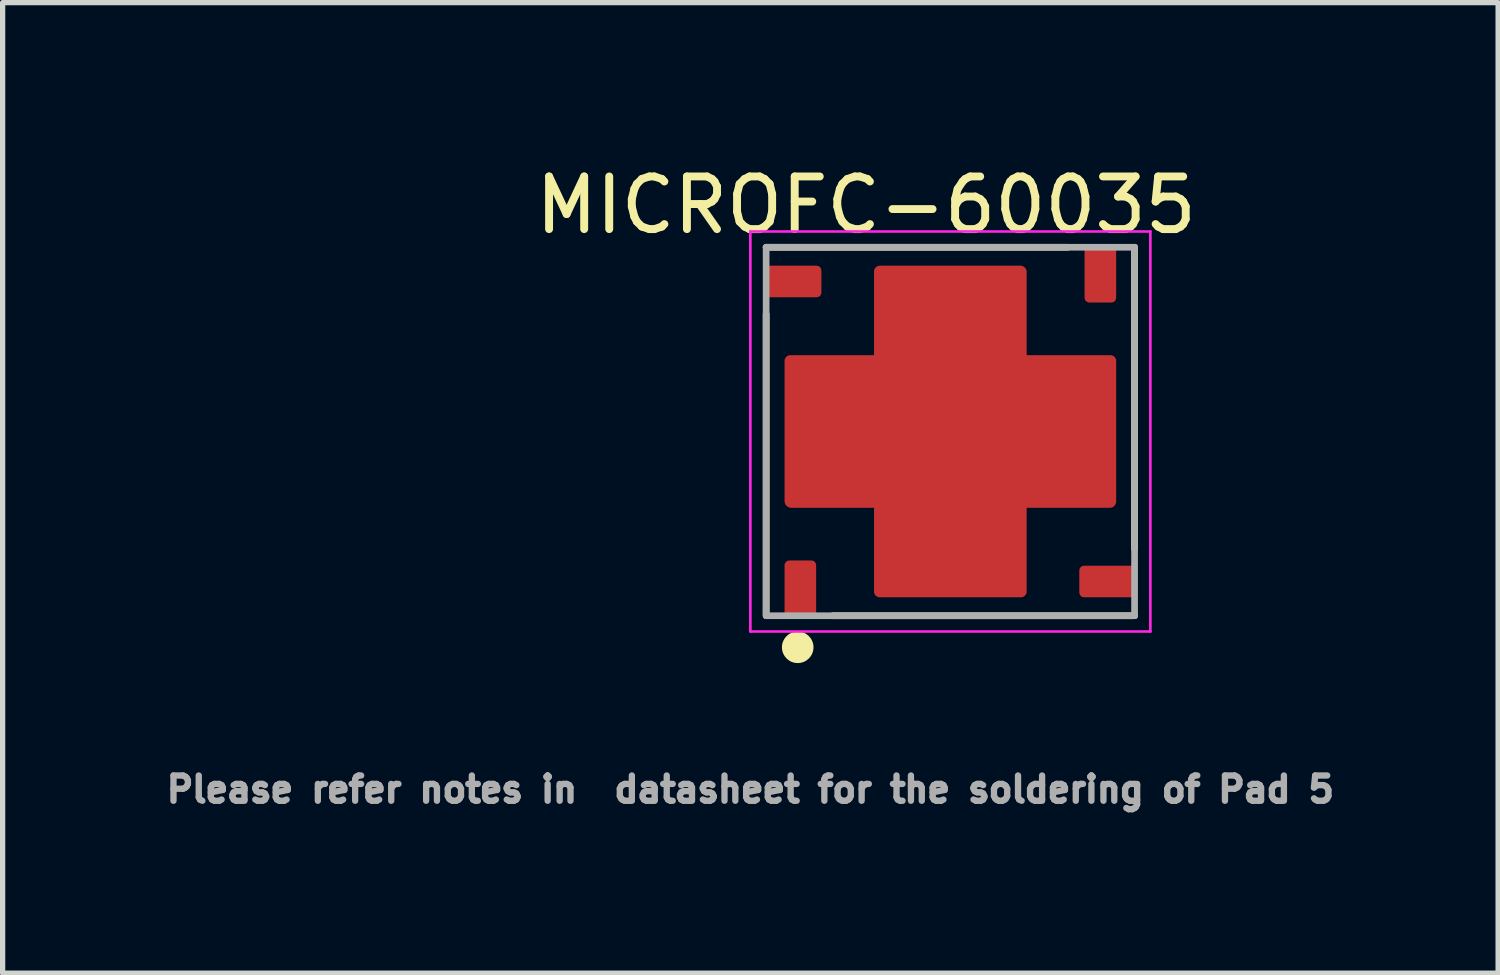
<source format=kicad_pcb>
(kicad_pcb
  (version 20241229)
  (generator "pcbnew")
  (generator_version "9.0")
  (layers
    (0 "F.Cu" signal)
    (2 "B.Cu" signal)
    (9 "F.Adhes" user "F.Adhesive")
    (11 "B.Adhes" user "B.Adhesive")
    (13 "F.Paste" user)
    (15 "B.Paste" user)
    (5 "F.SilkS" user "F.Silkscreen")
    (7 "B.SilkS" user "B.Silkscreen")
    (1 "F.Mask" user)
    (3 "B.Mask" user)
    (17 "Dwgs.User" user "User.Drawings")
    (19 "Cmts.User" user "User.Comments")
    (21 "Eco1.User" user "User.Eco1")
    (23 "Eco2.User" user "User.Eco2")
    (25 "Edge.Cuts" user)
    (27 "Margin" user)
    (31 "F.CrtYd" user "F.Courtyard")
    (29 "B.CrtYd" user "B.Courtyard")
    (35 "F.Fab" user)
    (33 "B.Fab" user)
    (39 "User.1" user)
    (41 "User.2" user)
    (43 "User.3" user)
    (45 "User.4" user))
  (footprint "MICROFC-60035"
    (layer "F.Cu")
    (at 15.006 5.148)
    (property "Reference" "MICROFC-60035" (at -1.6 -4.3 0) (layer "F.SilkS") (effects (font (size 1 1) (thickness 0.15))))
    (attr through_hole)
    (fp_poly (pts (xy -1.55 -1.55) (xy -1.55 -3.04) (xy -1.55 -3.051) (xy -1.549 -3.062) (xy -1.547 -3.073) (xy -1.545 -3.084) (xy -1.543 -3.094) (xy -1.54 -3.105) (xy -1.536 -3.115) (xy -1.532 -3.125) (xy -1.527 -3.135) (xy -1.522 -3.145) (xy -1.516 -3.154) (xy -1.51 -3.163) (xy -1.503 -3.172) (xy -1.496 -3.181) (xy -1.488 -3.188) (xy -1.481 -3.196) (xy -1.472 -3.203) (xy -1.463 -3.21) (xy -1.454 -3.216) (xy -1.445 -3.222) (xy -1.435 -3.227) (xy -1.425 -3.232) (xy -1.415 -3.236) (xy -1.405 -3.24) (xy -1.394 -3.243) (xy -1.384 -3.245) (xy -1.373 -3.247) (xy -1.362 -3.249) (xy -1.351 -3.25) (xy -1.34 -3.25) (xy -1.32 -3.25) (xy 1.33 -3.25) (xy 1.342 -3.25) (xy 1.353 -3.249) (xy 1.364 -3.247) (xy 1.376 -3.245) (xy 1.387 -3.243) (xy 1.398 -3.239) (xy 1.409 -3.235) (xy 1.419 -3.231) (xy 1.43 -3.226) (xy 1.44 -3.221) (xy 1.45 -3.215) (xy 1.459 -3.208) (xy 1.468 -3.201) (xy 1.477 -3.193) (xy 1.486 -3.186) (xy 1.493 -3.177) (xy 1.501 -3.168) (xy 1.508 -3.159) (xy 1.515 -3.15) (xy 1.521 -3.14) (xy 1.526 -3.13) (xy 1.531 -3.119) (xy 1.535 -3.109) (xy 1.539 -3.098) (xy 1.543 -3.087) (xy 1.545 -3.076) (xy 1.547 -3.064) (xy 1.549 -3.053) (xy 1.55 -3.042) (xy 1.55 -3.03) (xy 1.55 -1.55) (xy 3.04 -1.55) (xy 3.051 -1.55) (xy 3.062 -1.549) (xy 3.073 -1.547) (xy 3.084 -1.545) (xy 3.094 -1.543) (xy 3.105 -1.54) (xy 3.115 -1.536) (xy 3.125 -1.532) (xy 3.135 -1.527) (xy 3.145 -1.522) (xy 3.154 -1.516) (xy 3.163 -1.51) (xy 3.172 -1.503) (xy 3.181 -1.496) (xy 3.188 -1.488) (xy 3.196 -1.481) (xy 3.203 -1.472) (xy 3.21 -1.463) (xy 3.216 -1.454) (xy 3.222 -1.445) (xy 3.227 -1.435) (xy 3.232 -1.425) (xy 3.236 -1.415) (xy 3.24 -1.405) (xy 3.243 -1.394) (xy 3.245 -1.384) (xy 3.247 -1.373) (xy 3.249 -1.362) (xy 3.25 -1.351) (xy 3.25 -1.34) (xy 3.25 -1.31) (xy 3.25 1.3) (xy 3.25 1.33) (xy 3.25 1.342) (xy 3.249 1.353) (xy 3.247 1.364) (xy 3.245 1.376) (xy 3.243 1.387) (xy 3.239 1.398) (xy 3.235 1.409) (xy 3.231 1.419) (xy 3.226 1.43) (xy 3.221 1.44) (xy 3.215 1.45) (xy 3.208 1.459) (xy 3.201 1.468) (xy 3.193 1.477) (xy 3.186 1.486) (xy 3.177 1.493) (xy 3.168 1.501) (xy 3.159 1.508) (xy 3.15 1.515) (xy 3.14 1.521) (xy 3.13 1.526) (xy 3.119 1.531) (xy 3.109 1.535) (xy 3.098 1.539) (xy 3.087 1.543) (xy 3.076 1.545) (xy 3.064 1.547) (xy 3.053 1.549) (xy 3.042 1.55) (xy 3.03 1.55) (xy 1.55 1.55) (xy 1.55 3.04) (xy 1.55 3.051) (xy 1.549 3.062) (xy 1.547 3.073) (xy 1.545 3.084) (xy 1.543 3.094) (xy 1.54 3.105) (xy 1.536 3.115) (xy 1.532 3.125) (xy 1.527 3.135) (xy 1.522 3.145) (xy 1.516 3.154) (xy 1.51 3.163) (xy 1.503 3.172) (xy 1.496 3.181) (xy 1.488 3.188) (xy 1.481 3.196) (xy 1.472 3.203) (xy 1.463 3.21) (xy 1.454 3.216) (xy 1.445 3.222) (xy 1.435 3.227) (xy 1.425 3.232) (xy 1.415 3.236) (xy 1.405 3.24) (xy 1.394 3.243) (xy 1.384 3.245) (xy 1.373 3.247) (xy 1.362 3.249) (xy 1.351 3.25) (xy 1.34 3.25) (xy 1.31 3.25) (xy -1.32 3.25) (xy -1.34 3.25) (xy -1.351 3.25) (xy -1.362 3.249) (xy -1.373 3.247) (xy -1.384 3.245) (xy -1.394 3.243) (xy -1.405 3.24) (xy -1.415 3.236) (xy -1.425 3.232) (xy -1.435 3.227) (xy -1.445 3.222) (xy -1.454 3.216) (xy -1.463 3.21) (xy -1.472 3.203) (xy -1.481 3.196) (xy -1.488 3.188) (xy -1.496 3.181) (xy -1.503 3.172) (xy -1.51 3.163) (xy -1.516 3.154) (xy -1.522 3.145) (xy -1.527 3.135) (xy -1.532 3.125) (xy -1.536 3.115) (xy -1.54 3.105) (xy -1.543 3.094) (xy -1.545 3.084) (xy -1.547 3.073) (xy -1.549 3.062) (xy -1.55 3.051) (xy -1.55 3.04) (xy -1.55 1.55) (xy -3.02 1.55) (xy -3.032 1.55) (xy -3.044 1.549) (xy -3.056 1.547) (xy -3.068 1.545) (xy -3.08 1.542) (xy -3.091 1.539) (xy -3.102 1.535) (xy -3.114 1.53) (xy -3.124 1.525) (xy -3.135 1.519) (xy -3.145 1.513) (xy -3.155 1.506) (xy -3.165 1.499) (xy -3.174 1.491) (xy -3.183 1.483) (xy -3.191 1.474) (xy -3.199 1.465) (xy -3.206 1.455) (xy -3.213 1.445) (xy -3.219 1.435) (xy -3.225 1.424) (xy -3.23 1.414) (xy -3.235 1.402) (xy -3.239 1.391) (xy -3.242 1.38) (xy -3.245 1.368) (xy -3.247 1.356) (xy -3.249 1.344) (xy -3.25 1.332) (xy -3.25 1.32) (xy -3.25 -1.32) (xy -3.25 -1.34) (xy -3.25 -1.351) (xy -3.249 -1.362) (xy -3.247 -1.373) (xy -3.245 -1.384) (xy -3.243 -1.394) (xy -3.24 -1.405) (xy -3.236 -1.415) (xy -3.232 -1.425) (xy -3.227 -1.435) (xy -3.222 -1.445) (xy -3.216 -1.454) (xy -3.21 -1.463) (xy -3.203 -1.472) (xy -3.196 -1.481) (xy -3.188 -1.488) (xy -3.181 -1.496) (xy -3.172 -1.503) (xy -3.163 -1.51) (xy -3.154 -1.516) (xy -3.145 -1.522) (xy -3.135 -1.527) (xy -3.125 -1.532) (xy -3.115 -1.536) (xy -3.105 -1.54) (xy -3.094 -1.543) (xy -3.084 -1.545) (xy -3.073 -1.547) (xy -3.062 -1.549) (xy -3.051 -1.55) (xy -3.04 -1.55) (xy -1.55 -1.55)) (stroke (width 0.0001) (type solid)) (fill yes) (layer "F.Mask"))
    (fp_line (start -3.5 -3.5) (end 2.23 -3.5) (stroke (width 0.127) (type solid)) (layer "F.SilkS"))
    (fp_line (start -3.5 -2.23) (end -3.5 3.5) (stroke (width 0.127) (type solid)) (layer "F.SilkS"))
    (fp_line (start -2.23 3.5) (end 3.5 3.5) (stroke (width 0.127) (type solid)) (layer "F.SilkS"))
    (fp_line (start 3.5 -3.5) (end 3.5 2.23) (stroke (width 0.127) (type solid)) (layer "F.SilkS"))
    (fp_circle (center -2.9 4.1) (end -2.7 4.1) (stroke (width 0.2) (type solid)) (fill yes) (layer "F.SilkS"))
    (fp_line (start -3.8 -3.8) (end 3.8 -3.8) (stroke (width 0.05) (type solid)) (layer "F.CrtYd"))
    (fp_line (start -3.8 3.8) (end -3.8 -3.8) (stroke (width 0.05) (type solid)) (layer "F.CrtYd"))
    (fp_line (start 3.8 -3.8) (end 3.8 3.8) (stroke (width 0.05) (type solid)) (layer "F.CrtYd"))
    (fp_line (start 3.8 3.8) (end -3.8 3.8) (stroke (width 0.05) (type solid)) (layer "F.CrtYd"))
    (fp_line (start -3.5 -3.5) (end 3.5 -3.5) (stroke (width 0.127) (type solid)) (layer "F.Fab"))
    (fp_line (start -3.5 3.5) (end -3.5 -3.5) (stroke (width 0.127) (type solid)) (layer "F.Fab"))
    (fp_line (start 3.5 -3.5) (end 3.5 3.5) (stroke (width 0.127) (type solid)) (layer "F.Fab"))
    (fp_line (start 3.5 3.5) (end -3.5 3.5) (stroke (width 0.127) (type solid)) (layer "F.Fab"))
    (fp_text user "Please refer notes in  datasheet for the soldering of Pad 5" (at -3.8 6.8 0) (layer "F.Fab") (effects (font (size 0.48 0.48) (thickness 0.15))))
    (pad "1" smd roundrect (at -2.85 3 90) (size 1.1 0.6) (layers "F.Cu" "F.Mask" "F.Paste") (roundrect_rratio 0.15))
    (pad "2" smd roundrect (at 3 2.85 180) (size 1.1 0.6) (layers "F.Cu" "F.Mask" "F.Paste") (roundrect_rratio 0.15))
    (pad "3" smd roundrect (at 2.85 -3 270) (size 1.1 0.6) (layers "F.Cu" "F.Mask" "F.Paste") (roundrect_rratio 0.15))
    (pad "4" smd roundrect (at -3 -2.85) (size 1.1 0.6) (layers "F.Cu" "F.Mask" "F.Paste") (roundrect_rratio 0.15))
    (pad "5" smd custom (at 0 0) (size 2.9 2.9) (layers "F.Cu") (options (anchor rect)) (primitives (gr_poly (pts (xy -1.45 -1.45) (xy -1.45 -3.04) (xy -1.45 -3.046) (xy -1.449 -3.051) (xy -1.449 -3.057) (xy -1.448 -3.063) (xy -1.446 -3.068) (xy -1.445 -3.074) (xy -1.443 -3.079) (xy -1.44 -3.085) (xy -1.438 -3.09) (xy -1.435 -3.095) (xy -1.432 -3.1) (xy -1.429 -3.105) (xy -1.425 -3.109) (xy -1.422 -3.114) (xy -1.418 -3.118) (xy -1.414 -3.122) (xy -1.409 -3.125) (xy -1.405 -3.129) (xy -1.4 -3.132) (xy -1.395 -3.135) (xy -1.39 -3.138) (xy -1.385 -3.14) (xy -1.379 -3.143) (xy -1.374 -3.145) (xy -1.368 -3.146) (xy -1.363 -3.148) (xy -1.357 -3.149) (xy -1.351 -3.149) (xy -1.346 -3.15) (xy -1.34 -3.15) (xy -1.32 -3.15) (xy 1.33 -3.15) (xy 1.336 -3.15) (xy 1.343 -3.149) (xy 1.349 -3.149) (xy 1.355 -3.147) (xy 1.361 -3.146) (xy 1.367 -3.144) (xy 1.373 -3.142) (xy 1.379 -3.14) (xy 1.384 -3.137) (xy 1.39 -3.134) (xy 1.395 -3.131) (xy 1.401 -3.127) (xy 1.406 -3.123) (xy 1.41 -3.119) (xy 1.415 -3.115) (xy 1.419 -3.11) (xy 1.423 -3.106) (xy 1.427 -3.101) (xy 1.431 -3.095) (xy 1.434 -3.09) (xy 1.437 -3.084) (xy 1.44 -3.079) (xy 1.442 -3.073) (xy 1.444 -3.067) (xy 1.446 -3.061) (xy 1.447 -3.055) (xy 1.449 -3.049) (xy 1.449 -3.043) (xy 1.45 -3.036) (xy 1.45 -3.03) (xy 1.45 -1.45) (xy 3.04 -1.45) (xy 3.046 -1.45) (xy 3.051 -1.449) (xy 3.057 -1.449) (xy 3.063 -1.448) (xy 3.068 -1.446) (xy 3.074 -1.445) (xy 3.079 -1.443) (xy 3.085 -1.44) (xy 3.09 -1.438) (xy 3.095 -1.435) (xy 3.1 -1.432) (xy 3.105 -1.429) (xy 3.109 -1.425) (xy 3.114 -1.422) (xy 3.118 -1.418) (xy 3.122 -1.414) (xy 3.125 -1.409) (xy 3.129 -1.405) (xy 3.132 -1.4) (xy 3.135 -1.395) (xy 3.138 -1.39) (xy 3.14 -1.385) (xy 3.143 -1.379) (xy 3.145 -1.374) (xy 3.146 -1.368) (xy 3.148 -1.363) (xy 3.149 -1.357) (xy 3.149 -1.351) (xy 3.15 -1.346) (xy 3.15 -1.34) (xy 3.15 -1.31) (xy 3.15 1.3) (xy 3.15 1.33) (xy 3.15 1.336) (xy 3.149 1.343) (xy 3.149 1.349) (xy 3.147 1.355) (xy 3.146 1.361) (xy 3.144 1.367) (xy 3.142 1.373) (xy 3.14 1.379) (xy 3.137 1.384) (xy 3.134 1.39) (xy 3.131 1.395) (xy 3.127 1.401) (xy 3.123 1.406) (xy 3.119 1.41) (xy 3.115 1.415) (xy 3.11 1.419) (xy 3.106 1.423) (xy 3.101 1.427) (xy 3.095 1.431) (xy 3.09 1.434) (xy 3.084 1.437) (xy 3.079 1.44) (xy 3.073 1.442) (xy 3.067 1.444) (xy 3.061 1.446) (xy 3.055 1.447) (xy 3.049 1.449) (xy 3.043 1.449) (xy 3.036 1.45) (xy 3.03 1.45) (xy 1.45 1.45) (xy 1.45 3.04) (xy 1.45 3.046) (xy 1.449 3.051) (xy 1.449 3.057) (xy 1.448 3.063) (xy 1.446 3.068) (xy 1.445 3.074) (xy 1.443 3.079) (xy 1.44 3.085) (xy 1.438 3.09) (xy 1.435 3.095) (xy 1.432 3.1) (xy 1.429 3.105) (xy 1.425 3.109) (xy 1.422 3.114) (xy 1.418 3.118) (xy 1.414 3.122) (xy 1.409 3.125) (xy 1.405 3.129) (xy 1.4 3.132) (xy 1.395 3.135) (xy 1.39 3.138) (xy 1.385 3.14) (xy 1.379 3.143) (xy 1.374 3.145) (xy 1.368 3.146) (xy 1.363 3.148) (xy 1.357 3.149) (xy 1.351 3.149) (xy 1.346 3.15) (xy 1.34 3.15) (xy 1.31 3.15) (xy -1.32 3.15) (xy -1.34 3.15) (xy -1.346 3.15) (xy -1.351 3.149) (xy -1.357 3.149) (xy -1.363 3.148) (xy -1.368 3.146) (xy -1.374 3.145) (xy -1.379 3.143) (xy -1.385 3.14) (xy -1.39 3.138) (xy -1.395 3.135) (xy -1.4 3.132) (xy -1.405 3.129) (xy -1.409 3.125) (xy -1.414 3.122) (xy -1.418 3.118) (xy -1.422 3.114) (xy -1.425 3.109) (xy -1.429 3.105) (xy -1.432 3.1) (xy -1.435 3.095) (xy -1.438 3.09) (xy -1.44 3.085) (xy -1.443 3.079) (xy -1.445 3.074) (xy -1.446 3.068) (xy -1.448 3.063) (xy -1.449 3.057) (xy -1.449 3.051) (xy -1.45 3.046) (xy -1.45 3.04) (xy -1.45 1.45) (xy -3.02 1.45) (xy -3.027 1.45) (xy -3.034 1.449) (xy -3.04 1.448) (xy -3.047 1.447) (xy -3.054 1.446) (xy -3.06 1.444) (xy -3.067 1.441) (xy -3.073 1.439) (xy -3.079 1.436) (xy -3.085 1.433) (xy -3.091 1.429) (xy -3.096 1.425) (xy -3.102 1.421) (xy -3.107 1.417) (xy -3.112 1.412) (xy -3.117 1.407) (xy -3.121 1.402) (xy -3.125 1.396) (xy -3.129 1.391) (xy -3.133 1.385) (xy -3.136 1.379) (xy -3.139 1.373) (xy -3.141 1.367) (xy -3.144 1.36) (xy -3.146 1.354) (xy -3.147 1.347) (xy -3.148 1.34) (xy -3.149 1.334) (xy -3.15 1.327) (xy -3.15 1.32) (xy -3.15 -1.32) (xy -3.15 -1.34) (xy -3.15 -1.346) (xy -3.149 -1.351) (xy -3.149 -1.357) (xy -3.148 -1.363) (xy -3.146 -1.368) (xy -3.145 -1.374) (xy -3.143 -1.379) (xy -3.14 -1.385) (xy -3.138 -1.39) (xy -3.135 -1.395) (xy -3.132 -1.4) (xy -3.129 -1.405) (xy -3.125 -1.409) (xy -3.122 -1.414) (xy -3.118 -1.418) (xy -3.114 -1.422) (xy -3.109 -1.425) (xy -3.105 -1.429) (xy -3.1 -1.432) (xy -3.095 -1.435) (xy -3.09 -1.438) (xy -3.085 -1.44) (xy -3.079 -1.443) (xy -3.074 -1.445) (xy -3.068 -1.446) (xy -3.063 -1.448) (xy -3.057 -1.449) (xy -3.051 -1.449) (xy -3.046 -1.45) (xy -3.04 -1.45) (xy -1.45 -1.45)) (width 0.0001) (fill yes)))))
  (gr_rect
    (start -3 -3)
    (end 25.413 15.44)
    (stroke (width 0.1) (type default))
    (fill no)
    (layer "Edge.Cuts")))
</source>
